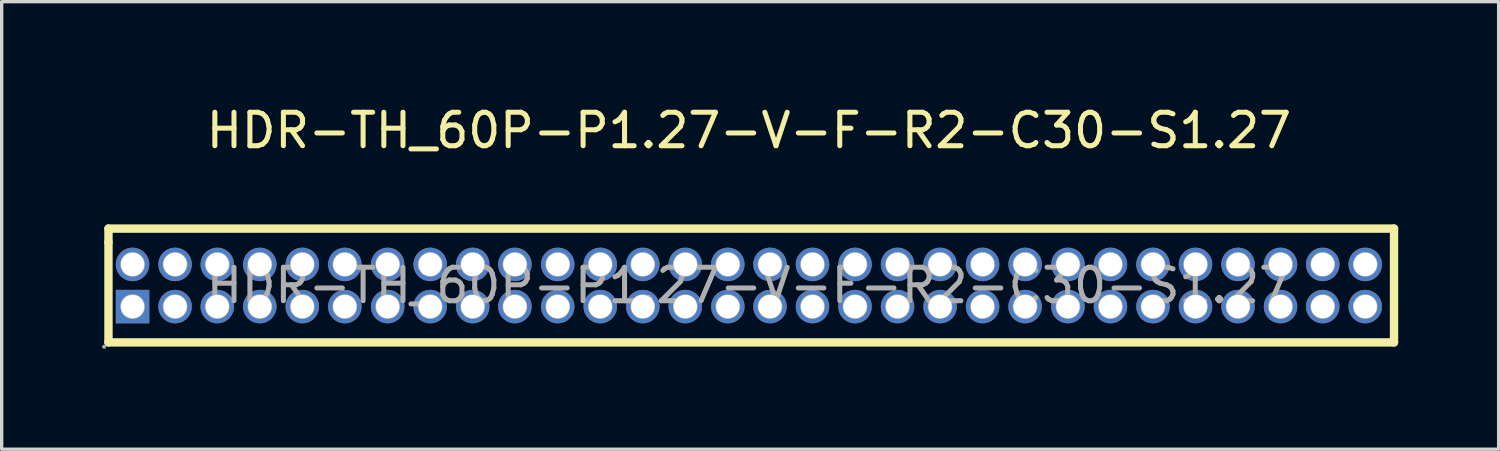
<source format=kicad_pcb>
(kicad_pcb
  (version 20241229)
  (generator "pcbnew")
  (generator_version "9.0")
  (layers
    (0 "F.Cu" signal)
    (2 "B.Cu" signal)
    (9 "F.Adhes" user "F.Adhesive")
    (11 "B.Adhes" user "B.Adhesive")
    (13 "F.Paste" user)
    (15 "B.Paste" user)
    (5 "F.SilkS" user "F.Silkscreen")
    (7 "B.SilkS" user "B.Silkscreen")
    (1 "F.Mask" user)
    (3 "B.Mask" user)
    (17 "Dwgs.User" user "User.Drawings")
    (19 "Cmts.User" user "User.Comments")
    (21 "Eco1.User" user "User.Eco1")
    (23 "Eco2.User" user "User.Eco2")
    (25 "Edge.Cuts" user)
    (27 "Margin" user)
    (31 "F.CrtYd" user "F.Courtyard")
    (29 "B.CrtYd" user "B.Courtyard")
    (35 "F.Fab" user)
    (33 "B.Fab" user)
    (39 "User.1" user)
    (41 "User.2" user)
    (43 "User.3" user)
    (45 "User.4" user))
  (footprint "HDR-TH_60P-P1.27-V-F-R2-C30-S1.27"
    (layer "F.Cu")
    (at 19.32 5.478)
    (property "Reference" "HDR-TH_60P-P1.27-V-F-R2-C30-S1.27" (at 0 -4.63 0) (layer "F.SilkS") (effects (font (size 1 1) (thickness 0.15))))
    (attr through_hole)
    (fp_line (start -19.13 -1.7) (end 19.27 -1.7) (stroke (width 0.25) (type solid)) (layer "F.SilkS"))
    (fp_line (start -19.13 -1.29) (end -19.13 -1.7) (stroke (width 0.25) (type solid)) (layer "F.SilkS"))
    (fp_line (start -19.13 1.7) (end -19.13 -1.29) (stroke (width 0.25) (type solid)) (layer "F.SilkS"))
    (fp_line (start 19.27 -1.7) (end 19.27 1.7) (stroke (width 0.25) (type solid)) (layer "F.SilkS"))
    (fp_line (start 19.27 1.7) (end -19.13 1.7) (stroke (width 0.25) (type solid)) (layer "F.SilkS"))
    (fp_circle (center -19.26 1.83) (end -19.23 1.83) (stroke (width 0.06) (type solid)) (fill no) (layer "F.Fab"))
    (fp_circle (center -18.41 -0.63) (end -18.29 -0.63) (stroke (width 0.25) (type solid)) (fill no) (layer "F.Fab"))
    (fp_circle (center -18.41 0.63) (end -18.29 0.63) (stroke (width 0.25) (type solid)) (fill no) (layer "F.Fab"))
    (fp_circle (center -17.14 -0.63) (end -17.02 -0.63) (stroke (width 0.25) (type solid)) (fill no) (layer "F.Fab"))
    (fp_circle (center -17.14 0.63) (end -17.02 0.63) (stroke (width 0.25) (type solid)) (fill no) (layer "F.Fab"))
    (fp_circle (center -15.88 -0.63) (end -15.76 -0.63) (stroke (width 0.25) (type solid)) (fill no) (layer "F.Fab"))
    (fp_circle (center -15.88 0.63) (end -15.76 0.63) (stroke (width 0.25) (type solid)) (fill no) (layer "F.Fab"))
    (fp_circle (center -14.61 -0.63) (end -14.49 -0.63) (stroke (width 0.25) (type solid)) (fill no) (layer "F.Fab"))
    (fp_circle (center -14.61 0.63) (end -14.49 0.63) (stroke (width 0.25) (type solid)) (fill no) (layer "F.Fab"))
    (fp_circle (center -13.34 -0.63) (end -13.22 -0.63) (stroke (width 0.25) (type solid)) (fill no) (layer "F.Fab"))
    (fp_circle (center -13.34 0.63) (end -13.22 0.63) (stroke (width 0.25) (type solid)) (fill no) (layer "F.Fab"))
    (fp_circle (center -12.07 -0.63) (end -11.95 -0.63) (stroke (width 0.25) (type solid)) (fill no) (layer "F.Fab"))
    (fp_circle (center -12.07 0.63) (end -11.95 0.63) (stroke (width 0.25) (type solid)) (fill no) (layer "F.Fab"))
    (fp_circle (center -10.79 -0.63) (end -10.67 -0.63) (stroke (width 0.25) (type solid)) (fill no) (layer "F.Fab"))
    (fp_circle (center -10.79 0.63) (end -10.67 0.63) (stroke (width 0.25) (type solid)) (fill no) (layer "F.Fab"))
    (fp_circle (center -9.52 -0.63) (end -9.4 -0.63) (stroke (width 0.25) (type solid)) (fill no) (layer "F.Fab"))
    (fp_circle (center -9.52 0.63) (end -9.4 0.63) (stroke (width 0.25) (type solid)) (fill no) (layer "F.Fab"))
    (fp_circle (center -8.25 -0.63) (end -8.13 -0.63) (stroke (width 0.25) (type solid)) (fill no) (layer "F.Fab"))
    (fp_circle (center -8.25 0.63) (end -8.13 0.63) (stroke (width 0.25) (type solid)) (fill no) (layer "F.Fab"))
    (fp_circle (center -6.99 -0.63) (end -6.87 -0.63) (stroke (width 0.25) (type solid)) (fill no) (layer "F.Fab"))
    (fp_circle (center -6.99 0.63) (end -6.87 0.63) (stroke (width 0.25) (type solid)) (fill no) (layer "F.Fab"))
    (fp_circle (center -5.71 -0.63) (end -5.59 -0.63) (stroke (width 0.25) (type solid)) (fill no) (layer "F.Fab"))
    (fp_circle (center -5.71 0.63) (end -5.59 0.63) (stroke (width 0.25) (type solid)) (fill no) (layer "F.Fab"))
    (fp_circle (center -4.44 -0.63) (end -4.32 -0.63) (stroke (width 0.25) (type solid)) (fill no) (layer "F.Fab"))
    (fp_circle (center -4.44 0.63) (end -4.32 0.63) (stroke (width 0.25) (type solid)) (fill no) (layer "F.Fab"))
    (fp_circle (center -3.17 -0.63) (end -3.05 -0.63) (stroke (width 0.25) (type solid)) (fill no) (layer "F.Fab"))
    (fp_circle (center -3.17 0.63) (end -3.05 0.63) (stroke (width 0.25) (type solid)) (fill no) (layer "F.Fab"))
    (fp_circle (center -1.9 -0.63) (end -1.78 -0.63) (stroke (width 0.25) (type solid)) (fill no) (layer "F.Fab"))
    (fp_circle (center -1.9 0.63) (end -1.78 0.63) (stroke (width 0.25) (type solid)) (fill no) (layer "F.Fab"))
    (fp_circle (center -0.63 -0.63) (end -0.51 -0.63) (stroke (width 0.25) (type solid)) (fill no) (layer "F.Fab"))
    (fp_circle (center -0.63 0.63) (end -0.51 0.63) (stroke (width 0.25) (type solid)) (fill no) (layer "F.Fab"))
    (fp_circle (center 0.63 -0.63) (end 0.75 -0.63) (stroke (width 0.25) (type solid)) (fill no) (layer "F.Fab"))
    (fp_circle (center 0.63 0.63) (end 0.75 0.63) (stroke (width 0.25) (type solid)) (fill no) (layer "F.Fab"))
    (fp_circle (center 1.9 -0.63) (end 2.02 -0.63) (stroke (width 0.25) (type solid)) (fill no) (layer "F.Fab"))
    (fp_circle (center 1.9 0.63) (end 2.02 0.63) (stroke (width 0.25) (type solid)) (fill no) (layer "F.Fab"))
    (fp_circle (center 3.17 -0.63) (end 3.29 -0.63) (stroke (width 0.25) (type solid)) (fill no) (layer "F.Fab"))
    (fp_circle (center 3.17 0.63) (end 3.29 0.63) (stroke (width 0.25) (type solid)) (fill no) (layer "F.Fab"))
    (fp_circle (center 4.44 -0.63) (end 4.56 -0.63) (stroke (width 0.25) (type solid)) (fill no) (layer "F.Fab"))
    (fp_circle (center 4.44 0.63) (end 4.56 0.63) (stroke (width 0.25) (type solid)) (fill no) (layer "F.Fab"))
    (fp_circle (center 5.71 -0.63) (end 5.83 -0.63) (stroke (width 0.25) (type solid)) (fill no) (layer "F.Fab"))
    (fp_circle (center 5.71 0.63) (end 5.83 0.63) (stroke (width 0.25) (type solid)) (fill no) (layer "F.Fab"))
    (fp_circle (center 6.98 -0.63) (end 7.1 -0.63) (stroke (width 0.25) (type solid)) (fill no) (layer "F.Fab"))
    (fp_circle (center 6.98 0.63) (end 7.1 0.63) (stroke (width 0.25) (type solid)) (fill no) (layer "F.Fab"))
    (fp_circle (center 8.25 -0.63) (end 8.37 -0.63) (stroke (width 0.25) (type solid)) (fill no) (layer "F.Fab"))
    (fp_circle (center 8.25 0.63) (end 8.37 0.63) (stroke (width 0.25) (type solid)) (fill no) (layer "F.Fab"))
    (fp_circle (center 9.53 -0.63) (end 9.65 -0.63) (stroke (width 0.25) (type solid)) (fill no) (layer "F.Fab"))
    (fp_circle (center 9.53 0.63) (end 9.65 0.63) (stroke (width 0.25) (type solid)) (fill no) (layer "F.Fab"))
    (fp_circle (center 10.8 -0.63) (end 10.92 -0.63) (stroke (width 0.25) (type solid)) (fill no) (layer "F.Fab"))
    (fp_circle (center 10.8 0.63) (end 10.92 0.63) (stroke (width 0.25) (type solid)) (fill no) (layer "F.Fab"))
    (fp_circle (center 12.07 -0.63) (end 12.19 -0.63) (stroke (width 0.25) (type solid)) (fill no) (layer "F.Fab"))
    (fp_circle (center 12.07 0.63) (end 12.19 0.63) (stroke (width 0.25) (type solid)) (fill no) (layer "F.Fab"))
    (fp_circle (center 13.34 -0.63) (end 13.46 -0.63) (stroke (width 0.25) (type solid)) (fill no) (layer "F.Fab"))
    (fp_circle (center 13.34 0.63) (end 13.46 0.63) (stroke (width 0.25) (type solid)) (fill no) (layer "F.Fab"))
    (fp_circle (center 14.61 -0.63) (end 14.73 -0.63) (stroke (width 0.25) (type solid)) (fill no) (layer "F.Fab"))
    (fp_circle (center 14.61 0.63) (end 14.73 0.63) (stroke (width 0.25) (type solid)) (fill no) (layer "F.Fab"))
    (fp_circle (center 15.88 -0.63) (end 16 -0.63) (stroke (width 0.25) (type solid)) (fill no) (layer "F.Fab"))
    (fp_circle (center 15.88 0.63) (end 16 0.63) (stroke (width 0.25) (type solid)) (fill no) (layer "F.Fab"))
    (fp_circle (center 17.14 -0.63) (end 17.26 -0.63) (stroke (width 0.25) (type solid)) (fill no) (layer "F.Fab"))
    (fp_circle (center 17.14 0.63) (end 17.26 0.63) (stroke (width 0.25) (type solid)) (fill no) (layer "F.Fab"))
    (fp_circle (center 18.41 -0.63) (end 18.53 -0.63) (stroke (width 0.25) (type solid)) (fill no) (layer "F.Fab"))
    (fp_circle (center 18.41 0.63) (end 18.53 0.63) (stroke (width 0.25) (type solid)) (fill no) (layer "F.Fab"))
    (fp_text user "${REFERENCE}" (at 0 0 0) (layer "F.Fab") (effects (font (size 1 1) (thickness 0.15))))
    (pad "1" thru_hole rect (at -18.41 0.63) (size 1 1) (drill 0.7) (layers "*.Cu" "*.Paste" "*.Mask"))
    (pad "2" thru_hole circle (at -18.41 -0.63) (size 1 1) (drill 0.7) (layers "*.Cu" "*.Paste" "*.Mask"))
    (pad "3" thru_hole circle (at -17.14 0.63) (size 1 1) (drill 0.7) (layers "*.Cu" "*.Paste" "*.Mask"))
    (pad "4" thru_hole circle (at -17.14 -0.63) (size 1 1) (drill 0.7) (layers "*.Cu" "*.Paste" "*.Mask"))
    (pad "5" thru_hole circle (at -15.88 0.63) (size 1 1) (drill 0.7) (layers "*.Cu" "*.Paste" "*.Mask"))
    (pad "6" thru_hole circle (at -15.88 -0.63) (size 1 1) (drill 0.7) (layers "*.Cu" "*.Paste" "*.Mask"))
    (pad "7" thru_hole circle (at -14.61 0.63) (size 1 1) (drill 0.7) (layers "*.Cu" "*.Paste" "*.Mask"))
    (pad "8" thru_hole circle (at -14.61 -0.63) (size 1 1) (drill 0.7) (layers "*.Cu" "*.Paste" "*.Mask"))
    (pad "9" thru_hole circle (at -13.34 0.63) (size 1 1) (drill 0.7) (layers "*.Cu" "*.Paste" "*.Mask"))
    (pad "10" thru_hole circle (at -13.34 -0.63) (size 1 1) (drill 0.7) (layers "*.Cu" "*.Paste" "*.Mask"))
    (pad "11" thru_hole circle (at -12.07 0.63) (size 1 1) (drill 0.7) (layers "*.Cu" "*.Paste" "*.Mask"))
    (pad "12" thru_hole circle (at -12.07 -0.63) (size 1 1) (drill 0.7) (layers "*.Cu" "*.Paste" "*.Mask"))
    (pad "13" thru_hole circle (at -10.79 0.63) (size 1 1) (drill 0.7) (layers "*.Cu" "*.Paste" "*.Mask"))
    (pad "14" thru_hole circle (at -10.79 -0.63) (size 1 1) (drill 0.7) (layers "*.Cu" "*.Paste" "*.Mask"))
    (pad "15" thru_hole circle (at -9.52 0.63) (size 1 1) (drill 0.7) (layers "*.Cu" "*.Paste" "*.Mask"))
    (pad "16" thru_hole circle (at -9.52 -0.63) (size 1 1) (drill 0.7) (layers "*.Cu" "*.Paste" "*.Mask"))
    (pad "17" thru_hole circle (at -8.25 0.63) (size 1 1) (drill 0.7) (layers "*.Cu" "*.Paste" "*.Mask"))
    (pad "18" thru_hole circle (at -8.25 -0.63) (size 1 1) (drill 0.7) (layers "*.Cu" "*.Paste" "*.Mask"))
    (pad "19" thru_hole circle (at -6.99 0.63) (size 1 1) (drill 0.7) (layers "*.Cu" "*.Paste" "*.Mask"))
    (pad "20" thru_hole circle (at -6.99 -0.63) (size 1 1) (drill 0.7) (layers "*.Cu" "*.Paste" "*.Mask"))
    (pad "21" thru_hole circle (at -5.71 0.63) (size 1 1) (drill 0.7) (layers "*.Cu" "*.Paste" "*.Mask"))
    (pad "22" thru_hole circle (at -5.71 -0.63) (size 1 1) (drill 0.7) (layers "*.Cu" "*.Paste" "*.Mask"))
    (pad "23" thru_hole circle (at -4.44 0.63) (size 1 1) (drill 0.7) (layers "*.Cu" "*.Paste" "*.Mask"))
    (pad "24" thru_hole circle (at -4.44 -0.63) (size 1 1) (drill 0.7) (layers "*.Cu" "*.Paste" "*.Mask"))
    (pad "25" thru_hole circle (at -3.17 0.63) (size 1 1) (drill 0.7) (layers "*.Cu" "*.Paste" "*.Mask"))
    (pad "26" thru_hole circle (at -3.17 -0.63) (size 1 1) (drill 0.7) (layers "*.Cu" "*.Paste" "*.Mask"))
    (pad "27" thru_hole circle (at -1.9 0.63) (size 1 1) (drill 0.7) (layers "*.Cu" "*.Paste" "*.Mask"))
    (pad "28" thru_hole circle (at -1.9 -0.63) (size 1 1) (drill 0.7) (layers "*.Cu" "*.Paste" "*.Mask"))
    (pad "29" thru_hole circle (at -0.63 0.63) (size 1 1) (drill 0.7) (layers "*.Cu" "*.Paste" "*.Mask"))
    (pad "30" thru_hole circle (at -0.63 -0.63) (size 1 1) (drill 0.7) (layers "*.Cu" "*.Paste" "*.Mask"))
    (pad "31" thru_hole circle (at 0.63 0.63) (size 1 1) (drill 0.7) (layers "*.Cu" "*.Paste" "*.Mask"))
    (pad "32" thru_hole circle (at 0.63 -0.63) (size 1 1) (drill 0.7) (layers "*.Cu" "*.Paste" "*.Mask"))
    (pad "33" thru_hole circle (at 1.9 0.63) (size 1 1) (drill 0.7) (layers "*.Cu" "*.Paste" "*.Mask"))
    (pad "34" thru_hole circle (at 1.9 -0.63) (size 1 1) (drill 0.7) (layers "*.Cu" "*.Paste" "*.Mask"))
    (pad "35" thru_hole circle (at 3.17 0.63) (size 1 1) (drill 0.7) (layers "*.Cu" "*.Paste" "*.Mask"))
    (pad "36" thru_hole circle (at 3.17 -0.63) (size 1 1) (drill 0.7) (layers "*.Cu" "*.Paste" "*.Mask"))
    (pad "37" thru_hole circle (at 4.44 0.63) (size 1 1) (drill 0.7) (layers "*.Cu" "*.Paste" "*.Mask"))
    (pad "38" thru_hole circle (at 4.44 -0.63) (size 1 1) (drill 0.7) (layers "*.Cu" "*.Paste" "*.Mask"))
    (pad "39" thru_hole circle (at 5.71 0.63) (size 1 1) (drill 0.7) (layers "*.Cu" "*.Paste" "*.Mask"))
    (pad "40" thru_hole circle (at 5.71 -0.63) (size 1 1) (drill 0.7) (layers "*.Cu" "*.Paste" "*.Mask"))
    (pad "41" thru_hole circle (at 6.98 0.63) (size 1 1) (drill 0.7) (layers "*.Cu" "*.Paste" "*.Mask"))
    (pad "42" thru_hole circle (at 6.98 -0.63) (size 1 1) (drill 0.7) (layers "*.Cu" "*.Paste" "*.Mask"))
    (pad "43" thru_hole circle (at 8.25 0.63) (size 1 1) (drill 0.7) (layers "*.Cu" "*.Paste" "*.Mask"))
    (pad "44" thru_hole circle (at 8.25 -0.63) (size 1 1) (drill 0.7) (layers "*.Cu" "*.Paste" "*.Mask"))
    (pad "45" thru_hole circle (at 9.53 0.63) (size 1 1) (drill 0.7) (layers "*.Cu" "*.Paste" "*.Mask"))
    (pad "46" thru_hole circle (at 9.53 -0.63) (size 1 1) (drill 0.7) (layers "*.Cu" "*.Paste" "*.Mask"))
    (pad "47" thru_hole circle (at 10.8 0.63) (size 1 1) (drill 0.7) (layers "*.Cu" "*.Paste" "*.Mask"))
    (pad "48" thru_hole circle (at 10.8 -0.63) (size 1 1) (drill 0.7) (layers "*.Cu" "*.Paste" "*.Mask"))
    (pad "49" thru_hole circle (at 12.07 0.63) (size 1 1) (drill 0.7) (layers "*.Cu" "*.Paste" "*.Mask"))
    (pad "50" thru_hole circle (at 12.07 -0.63) (size 1 1) (drill 0.7) (layers "*.Cu" "*.Paste" "*.Mask"))
    (pad "51" thru_hole circle (at 13.34 0.63) (size 1 1) (drill 0.7) (layers "*.Cu" "*.Paste" "*.Mask"))
    (pad "52" thru_hole circle (at 13.34 -0.63) (size 1 1) (drill 0.7) (layers "*.Cu" "*.Paste" "*.Mask"))
    (pad "53" thru_hole circle (at 14.61 0.63) (size 1 1) (drill 0.7) (layers "*.Cu" "*.Paste" "*.Mask"))
    (pad "54" thru_hole circle (at 14.61 -0.63) (size 1 1) (drill 0.7) (layers "*.Cu" "*.Paste" "*.Mask"))
    (pad "55" thru_hole circle (at 15.88 0.63) (size 1 1) (drill 0.7) (layers "*.Cu" "*.Paste" "*.Mask"))
    (pad "56" thru_hole circle (at 15.88 -0.63) (size 1 1) (drill 0.7) (layers "*.Cu" "*.Paste" "*.Mask"))
    (pad "57" thru_hole circle (at 17.14 0.63) (size 1 1) (drill 0.7) (layers "*.Cu" "*.Paste" "*.Mask"))
    (pad "58" thru_hole circle (at 17.14 -0.63) (size 1 1) (drill 0.7) (layers "*.Cu" "*.Paste" "*.Mask"))
    (pad "59" thru_hole circle (at 18.41 0.63) (size 1 1) (drill 0.7) (layers "*.Cu" "*.Paste" "*.Mask"))
    (pad "60" thru_hole circle (at 18.41 -0.63) (size 1 1) (drill 0.7) (layers "*.Cu" "*.Paste" "*.Mask")))
  (gr_rect
    (start -3 -3)
    (end 41.715 10.368)
    (stroke (width 0.1) (type default))
    (fill no)
    (layer "Edge.Cuts")))
</source>
